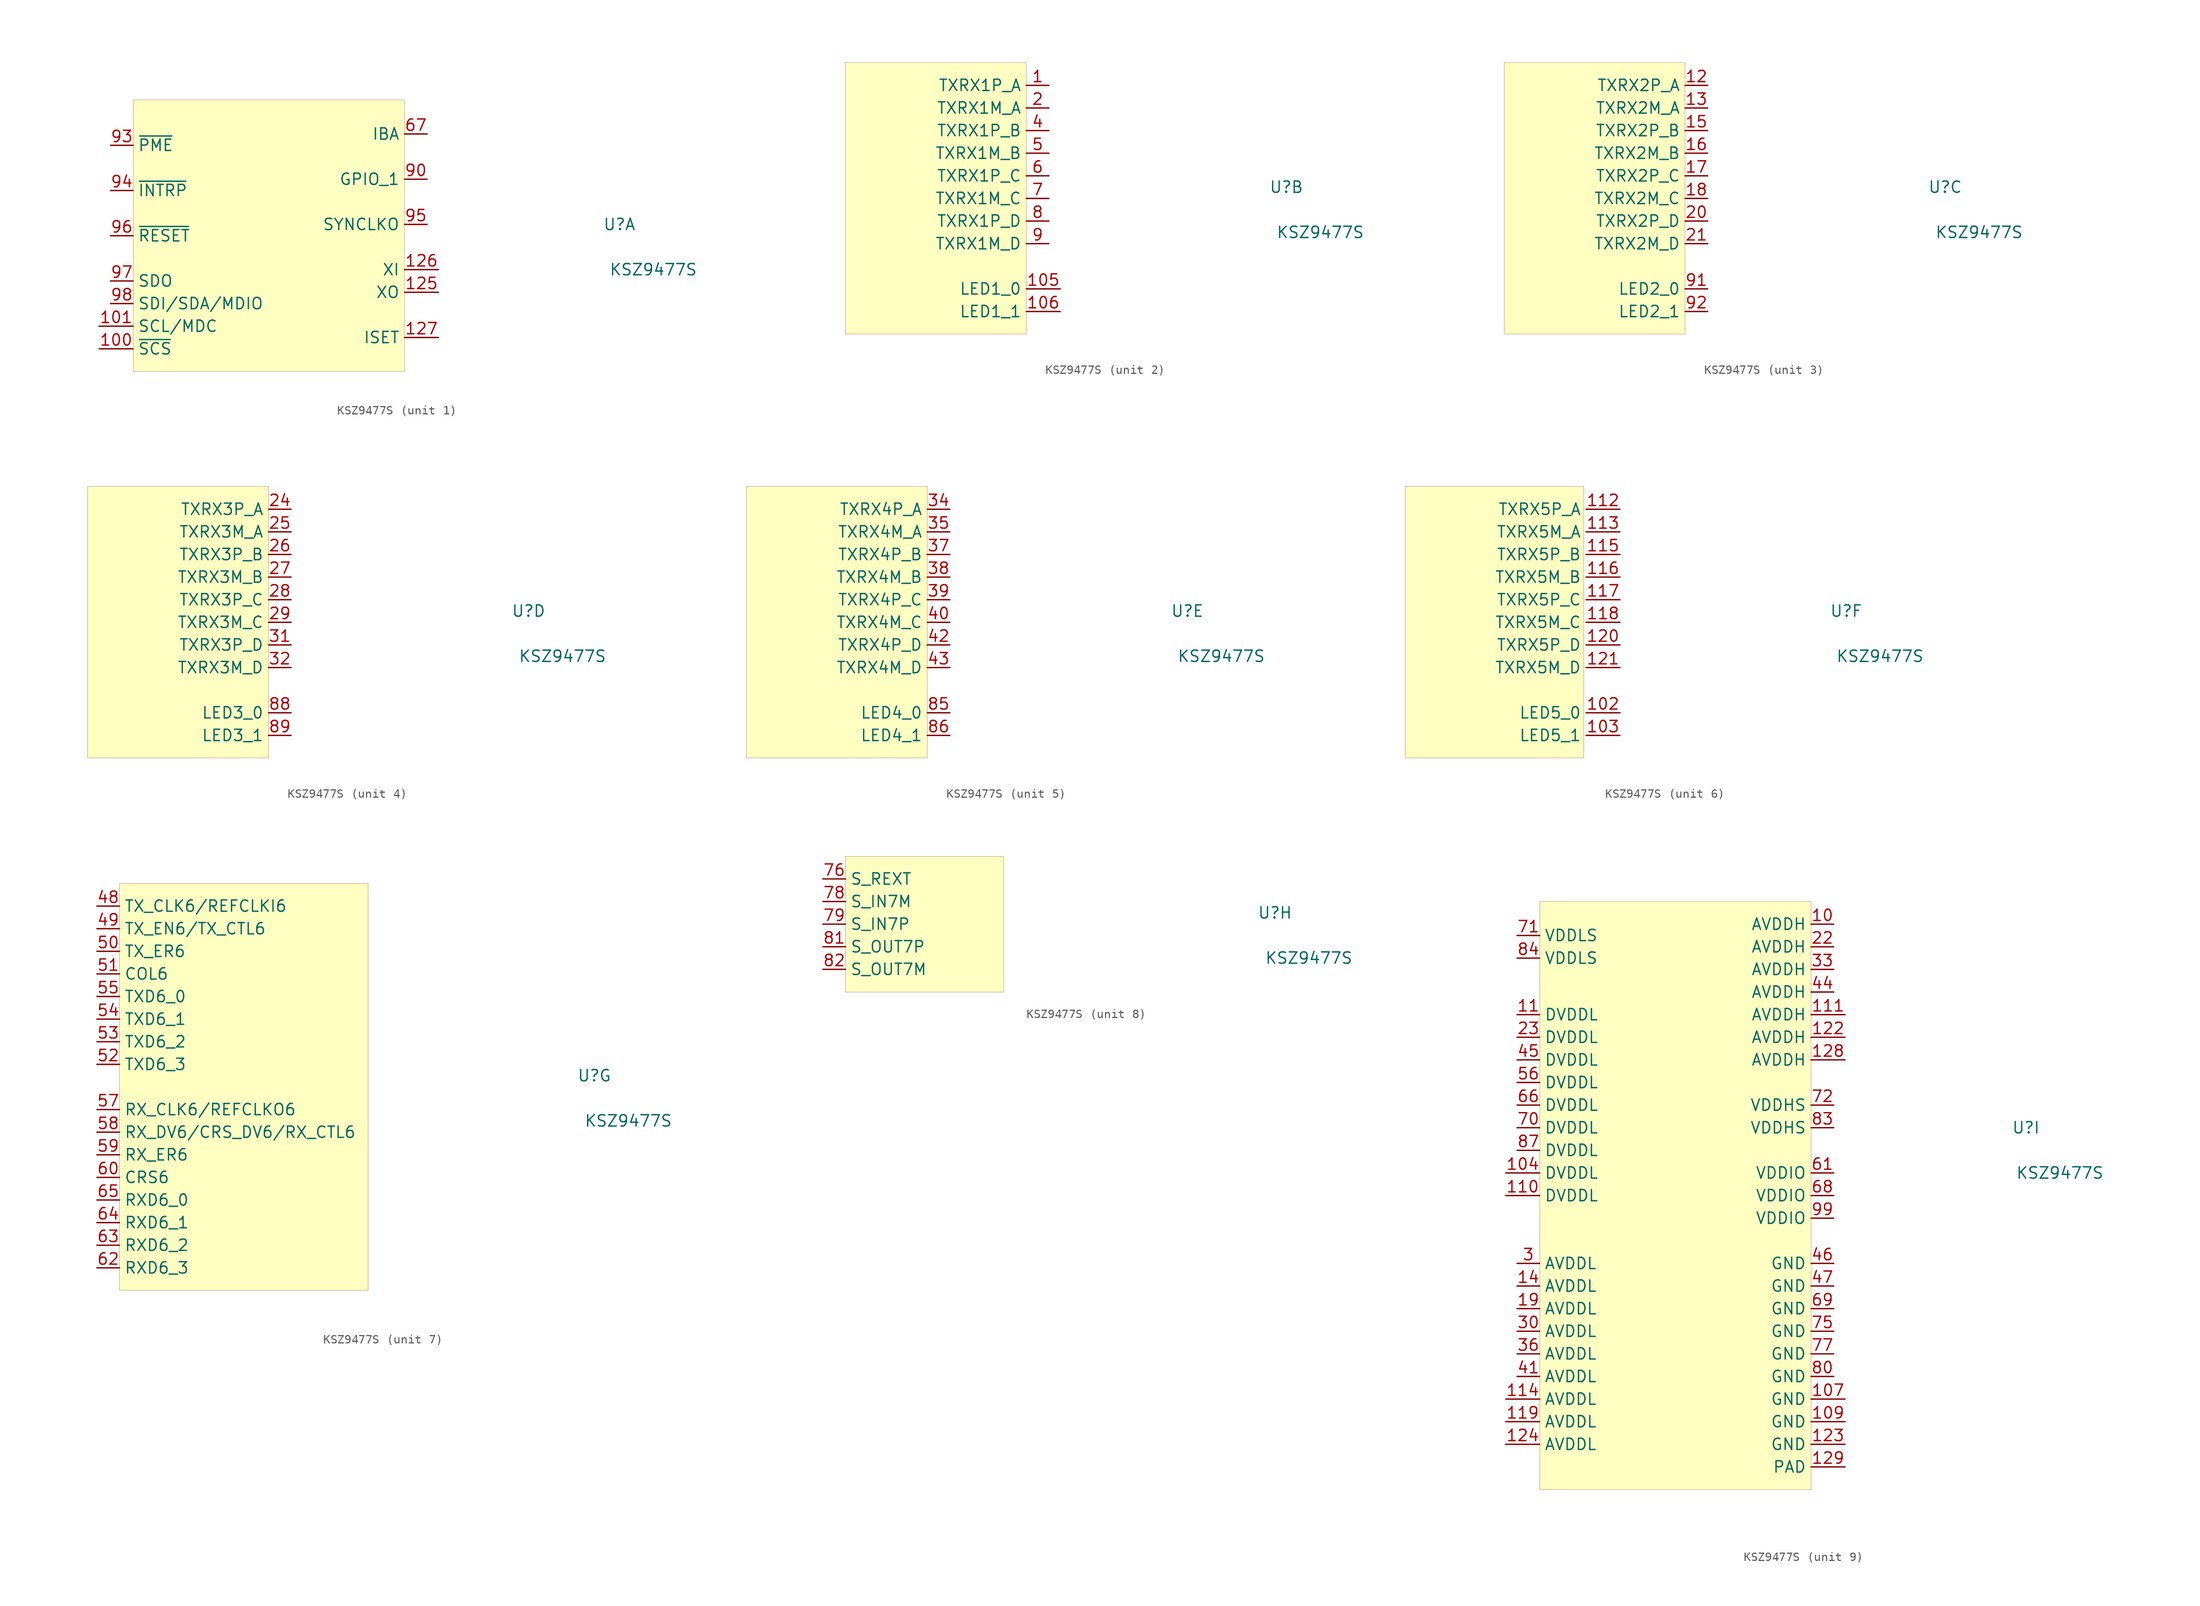
<source format=kicad_sym>
(kicad_symbol_lib
  (version 20201005)
  (generator kicad_symbol_editor)
  (symbol "local:KSZ9477S"
    (property "Reference" "U"
      (at 39.37 1.27 0)
      (effects (font (size 1.27 1.27))))
    (property "Value" "KSZ9477S"
      (at 43.18 -3.81 0)
      (effects (font (size 1.27 1.27))))
    (property "ki_locked" ""
      (at 0 0 0)
      (effects (font (size 1.27 1.27))))
    (symbol "KSZ9477S_1_1"
      (rectangle (start -15.24 15.24) (end 15.24 -15.24) (stroke (width 0.001)) (fill (type background)))
      (pin output line (at -17.78 -5.08 0) (length 2.54) (name "SDO" (effects (font (size 1.27 1.27)))) (number "97" (effects (font (size 1.27 1.27)))))
      (pin bidirectional line (at -17.78 -7.62 0) (length 2.54) (name "SDI/SDA/MDIO" (effects (font (size 1.27 1.27)))) (number "98" (effects (font (size 1.27 1.27)))))
      (pin input line (at -19.05 -12.7 0) (length 3.81) (name "~SCS" (effects (font (size 1.27 1.27)))) (number "100" (effects (font (size 1.27 1.27)))))
      (pin input line (at -19.05 -10.16 0) (length 3.81) (name "SCL/MDC" (effects (font (size 1.27 1.27)))) (number "101" (effects (font (size 1.27 1.27)))))
      (pin output line (at 19.05 -6.35 180) (length 3.81) (name "XO" (effects (font (size 1.27 1.27)))) (number "125" (effects (font (size 1.27 1.27)))))
      (pin input line (at 19.05 -3.81 180) (length 3.81) (name "XI" (effects (font (size 1.27 1.27)))) (number "126" (effects (font (size 1.27 1.27)))))
      (pin output line (at -17.78 10.16 0) (length 2.54) (name "~PME" (effects (font (size 1.27 1.27)))) (number "93" (effects (font (size 1.27 1.27)))))
      (pin output line (at -17.78 5.08 0) (length 2.54) (name "~INTRP" (effects (font (size 1.27 1.27)))) (number "94" (effects (font (size 1.27 1.27)))))
      (pin input line (at -17.78 0 0) (length 2.54) (name "~RESET" (effects (font (size 1.27 1.27)))) (number "96" (effects (font (size 1.27 1.27)))))
      (pin bidirectional line (at 17.78 1.27 180) (length 2.54) (name "SYNCLKO" (effects (font (size 1.27 1.27)))) (number "95" (effects (font (size 1.27 1.27)))))
      (pin bidirectional line (at 17.78 6.35 180) (length 2.54) (name "GPIO_1" (effects (font (size 1.27 1.27)))) (number "90" (effects (font (size 1.27 1.27)))))
      (pin open_collector line (at 19.05 -11.43 180) (length 3.81) (name "ISET" (effects (font (size 1.27 1.27)))) (number "127" (effects (font (size 1.27 1.27)))))
      (pin input line (at 17.78 11.43 180) (length 2.54) (name "IBA" (effects (font (size 1.27 1.27)))) (number "67" (effects (font (size 1.27 1.27)))))
      (pin unconnected line (at -2.54 17.78 270) (length 2.54) hide (name "NC" (effects (font (size 1.27 1.27)))) (number "73" (effects (font (size 1.27 1.27)))))
      (pin unconnected line (at 0 17.78 270) (length 2.54) hide (name "NC" (effects (font (size 1.27 1.27)))) (number "74" (effects (font (size 1.27 1.27)))))
      (pin unconnected line (at 2.54 19.05 270) (length 3.81) hide (name "NC" (effects (font (size 1.27 1.27)))) (number "108" (effects (font (size 1.27 1.27))))))
    (symbol "KSZ9477S_2_1"
      (rectangle (start -10.16 15.24) (end 10.16 -15.24) (stroke (width 0.001)) (fill (type background)))
      (pin bidirectional line (at 12.7 7.62 180) (length 2.54) (name "TXRX1P_B" (effects (font (size 1.27 1.27)))) (number "4" (effects (font (size 1.27 1.27)))))
      (pin bidirectional line (at 12.7 5.08 180) (length 2.54) (name "TXRX1M_B" (effects (font (size 1.27 1.27)))) (number "5" (effects (font (size 1.27 1.27)))))
      (pin bidirectional line (at 12.7 2.54 180) (length 2.54) (name "TXRX1P_C" (effects (font (size 1.27 1.27)))) (number "6" (effects (font (size 1.27 1.27)))))
      (pin bidirectional line (at 12.7 0 180) (length 2.54) (name "TXRX1M_C" (effects (font (size 1.27 1.27)))) (number "7" (effects (font (size 1.27 1.27)))))
      (pin bidirectional line (at 12.7 -2.54 180) (length 2.54) (name "TXRX1P_D" (effects (font (size 1.27 1.27)))) (number "8" (effects (font (size 1.27 1.27)))))
      (pin bidirectional line (at 12.7 12.7 180) (length 2.54) (name "TXRX1P_A" (effects (font (size 1.27 1.27)))) (number "1" (effects (font (size 1.27 1.27)))))
      (pin bidirectional line (at 12.7 10.16 180) (length 2.54) (name "TXRX1M_A" (effects (font (size 1.27 1.27)))) (number "2" (effects (font (size 1.27 1.27)))))
      (pin bidirectional line (at 12.7 -5.08 180) (length 2.54) (name "TXRX1M_D" (effects (font (size 1.27 1.27)))) (number "9" (effects (font (size 1.27 1.27)))))
      (pin bidirectional line (at 13.97 -10.16 180) (length 3.81) (name "LED1_0" (effects (font (size 1.27 1.27)))) (number "105" (effects (font (size 1.27 1.27)))))
      (pin bidirectional line (at 13.97 -12.7 180) (length 3.81) (name "LED1_1" (effects (font (size 1.27 1.27)))) (number "106" (effects (font (size 1.27 1.27))))))
    (symbol "KSZ9477S_3_1"
      (rectangle (start -10.16 15.24) (end 10.16 -15.24) (stroke (width 0.001)) (fill (type background)))
      (pin bidirectional line (at 12.7 7.62 180) (length 2.54) (name "TXRX2P_B" (effects (font (size 1.27 1.27)))) (number "15" (effects (font (size 1.27 1.27)))))
      (pin bidirectional line (at 12.7 5.08 180) (length 2.54) (name "TXRX2M_B" (effects (font (size 1.27 1.27)))) (number "16" (effects (font (size 1.27 1.27)))))
      (pin bidirectional line (at 12.7 2.54 180) (length 2.54) (name "TXRX2P_C" (effects (font (size 1.27 1.27)))) (number "17" (effects (font (size 1.27 1.27)))))
      (pin bidirectional line (at 12.7 0 180) (length 2.54) (name "TXRX2M_C" (effects (font (size 1.27 1.27)))) (number "18" (effects (font (size 1.27 1.27)))))
      (pin bidirectional line (at 12.7 -2.54 180) (length 2.54) (name "TXRX2P_D" (effects (font (size 1.27 1.27)))) (number "20" (effects (font (size 1.27 1.27)))))
      (pin bidirectional line (at 12.7 12.7 180) (length 2.54) (name "TXRX2P_A" (effects (font (size 1.27 1.27)))) (number "12" (effects (font (size 1.27 1.27)))))
      (pin bidirectional line (at 12.7 10.16 180) (length 2.54) (name "TXRX2M_A" (effects (font (size 1.27 1.27)))) (number "13" (effects (font (size 1.27 1.27)))))
      (pin bidirectional line (at 12.7 -5.08 180) (length 2.54) (name "TXRX2M_D" (effects (font (size 1.27 1.27)))) (number "21" (effects (font (size 1.27 1.27)))))
      (pin bidirectional line (at 12.7 -10.16 180) (length 2.54) (name "LED2_0" (effects (font (size 1.27 1.27)))) (number "91" (effects (font (size 1.27 1.27)))))
      (pin bidirectional line (at 12.7 -12.7 180) (length 2.54) (name "LED2_1" (effects (font (size 1.27 1.27)))) (number "92" (effects (font (size 1.27 1.27))))))
    (symbol "KSZ9477S_4_1"
      (rectangle (start -10.16 15.24) (end 10.16 -15.24) (stroke (width 0.001)) (fill (type background)))
      (pin bidirectional line (at 12.7 7.62 180) (length 2.54) (name "TXRX3P_B" (effects (font (size 1.27 1.27)))) (number "26" (effects (font (size 1.27 1.27)))))
      (pin bidirectional line (at 12.7 5.08 180) (length 2.54) (name "TXRX3M_B" (effects (font (size 1.27 1.27)))) (number "27" (effects (font (size 1.27 1.27)))))
      (pin bidirectional line (at 12.7 2.54 180) (length 2.54) (name "TXRX3P_C" (effects (font (size 1.27 1.27)))) (number "28" (effects (font (size 1.27 1.27)))))
      (pin bidirectional line (at 12.7 0 180) (length 2.54) (name "TXRX3M_C" (effects (font (size 1.27 1.27)))) (number "29" (effects (font (size 1.27 1.27)))))
      (pin bidirectional line (at 12.7 -2.54 180) (length 2.54) (name "TXRX3P_D" (effects (font (size 1.27 1.27)))) (number "31" (effects (font (size 1.27 1.27)))))
      (pin bidirectional line (at 12.7 12.7 180) (length 2.54) (name "TXRX3P_A" (effects (font (size 1.27 1.27)))) (number "24" (effects (font (size 1.27 1.27)))))
      (pin bidirectional line (at 12.7 10.16 180) (length 2.54) (name "TXRX3M_A" (effects (font (size 1.27 1.27)))) (number "25" (effects (font (size 1.27 1.27)))))
      (pin bidirectional line (at 12.7 -5.08 180) (length 2.54) (name "TXRX3M_D" (effects (font (size 1.27 1.27)))) (number "32" (effects (font (size 1.27 1.27)))))
      (pin bidirectional line (at 12.7 -10.16 180) (length 2.54) (name "LED3_0" (effects (font (size 1.27 1.27)))) (number "88" (effects (font (size 1.27 1.27)))))
      (pin bidirectional line (at 12.7 -12.7 180) (length 2.54) (name "LED3_1" (effects (font (size 1.27 1.27)))) (number "89" (effects (font (size 1.27 1.27))))))
    (symbol "KSZ9477S_5_1"
      (rectangle (start -10.16 15.24) (end 10.16 -15.24) (stroke (width 0.001)) (fill (type background)))
      (pin bidirectional line (at 12.7 7.62 180) (length 2.54) (name "TXRX4P_B" (effects (font (size 1.27 1.27)))) (number "37" (effects (font (size 1.27 1.27)))))
      (pin bidirectional line (at 12.7 5.08 180) (length 2.54) (name "TXRX4M_B" (effects (font (size 1.27 1.27)))) (number "38" (effects (font (size 1.27 1.27)))))
      (pin bidirectional line (at 12.7 2.54 180) (length 2.54) (name "TXRX4P_C" (effects (font (size 1.27 1.27)))) (number "39" (effects (font (size 1.27 1.27)))))
      (pin bidirectional line (at 12.7 0 180) (length 2.54) (name "TXRX4M_C" (effects (font (size 1.27 1.27)))) (number "40" (effects (font (size 1.27 1.27)))))
      (pin bidirectional line (at 12.7 -2.54 180) (length 2.54) (name "TXRX4P_D" (effects (font (size 1.27 1.27)))) (number "42" (effects (font (size 1.27 1.27)))))
      (pin bidirectional line (at 12.7 12.7 180) (length 2.54) (name "TXRX4P_A" (effects (font (size 1.27 1.27)))) (number "34" (effects (font (size 1.27 1.27)))))
      (pin bidirectional line (at 12.7 10.16 180) (length 2.54) (name "TXRX4M_A" (effects (font (size 1.27 1.27)))) (number "35" (effects (font (size 1.27 1.27)))))
      (pin bidirectional line (at 12.7 -5.08 180) (length 2.54) (name "TXRX4M_D" (effects (font (size 1.27 1.27)))) (number "43" (effects (font (size 1.27 1.27)))))
      (pin bidirectional line (at 12.7 -10.16 180) (length 2.54) (name "LED4_0" (effects (font (size 1.27 1.27)))) (number "85" (effects (font (size 1.27 1.27)))))
      (pin bidirectional line (at 12.7 -12.7 180) (length 2.54) (name "LED4_1" (effects (font (size 1.27 1.27)))) (number "86" (effects (font (size 1.27 1.27))))))
    (symbol "KSZ9477S_6_1"
      (rectangle (start -10.16 15.24) (end 9.906 -15.24) (stroke (width 0.001)) (fill (type background)))
      (pin bidirectional line (at 13.97 7.62 180) (length 3.81) (name "TXRX5P_B" (effects (font (size 1.27 1.27)))) (number "115" (effects (font (size 1.27 1.27)))))
      (pin bidirectional line (at 13.97 5.08 180) (length 3.81) (name "TXRX5M_B" (effects (font (size 1.27 1.27)))) (number "116" (effects (font (size 1.27 1.27)))))
      (pin bidirectional line (at 13.97 2.54 180) (length 3.81) (name "TXRX5P_C" (effects (font (size 1.27 1.27)))) (number "117" (effects (font (size 1.27 1.27)))))
      (pin bidirectional line (at 13.97 0 180) (length 3.81) (name "TXRX5M_C" (effects (font (size 1.27 1.27)))) (number "118" (effects (font (size 1.27 1.27)))))
      (pin bidirectional line (at 13.97 -2.54 180) (length 3.81) (name "TXRX5P_D" (effects (font (size 1.27 1.27)))) (number "120" (effects (font (size 1.27 1.27)))))
      (pin bidirectional line (at 13.97 12.7 180) (length 3.81) (name "TXRX5P_A" (effects (font (size 1.27 1.27)))) (number "112" (effects (font (size 1.27 1.27)))))
      (pin bidirectional line (at 13.97 10.16 180) (length 3.81) (name "TXRX5M_A" (effects (font (size 1.27 1.27)))) (number "113" (effects (font (size 1.27 1.27)))))
      (pin bidirectional line (at 13.97 -5.08 180) (length 3.81) (name "TXRX5M_D" (effects (font (size 1.27 1.27)))) (number "121" (effects (font (size 1.27 1.27)))))
      (pin bidirectional line (at 13.97 -10.16 180) (length 3.81) (name "LED5_0" (effects (font (size 1.27 1.27)))) (number "102" (effects (font (size 1.27 1.27)))))
      (pin bidirectional line (at 13.97 -12.7 180) (length 3.81) (name "LED5_1" (effects (font (size 1.27 1.27)))) (number "103" (effects (font (size 1.27 1.27))))))
    (symbol "KSZ9477S_7_1"
      (rectangle (start -13.97 22.86) (end 13.97 -22.86) (stroke (width 0.001)) (fill (type background)))
      (pin bidirectional line (at -16.51 -20.32 0) (length 2.54) (name "RXD6_3" (effects (font (size 1.27 1.27)))) (number "62" (effects (font (size 1.27 1.27)))))
      (pin bidirectional line (at -16.51 -17.78 0) (length 2.54) (name "RXD6_2" (effects (font (size 1.27 1.27)))) (number "63" (effects (font (size 1.27 1.27)))))
      (pin bidirectional line (at -16.51 -15.24 0) (length 2.54) (name "RXD6_1" (effects (font (size 1.27 1.27)))) (number "64" (effects (font (size 1.27 1.27)))))
      (pin bidirectional line (at -16.51 -12.7 0) (length 2.54) (name "RXD6_0" (effects (font (size 1.27 1.27)))) (number "65" (effects (font (size 1.27 1.27)))))
      (pin bidirectional line (at -16.51 -2.54 0) (length 2.54) (name "RX_CLK6/REFCLKO6" (effects (font (size 1.27 1.27)))) (number "57" (effects (font (size 1.27 1.27)))))
      (pin bidirectional line (at -16.51 -5.08 0) (length 2.54) (name "RX_DV6/CRS_DV6/RX_CTL6" (effects (font (size 1.27 1.27)))) (number "58" (effects (font (size 1.27 1.27)))))
      (pin bidirectional line (at -16.51 -7.62 0) (length 2.54) (name "RX_ER6" (effects (font (size 1.27 1.27)))) (number "59" (effects (font (size 1.27 1.27)))))
      (pin input line (at -16.51 2.54 0) (length 2.54) (name "TXD6_3" (effects (font (size 1.27 1.27)))) (number "52" (effects (font (size 1.27 1.27)))))
      (pin input line (at -16.51 5.08 0) (length 2.54) (name "TXD6_2" (effects (font (size 1.27 1.27)))) (number "53" (effects (font (size 1.27 1.27)))))
      (pin input line (at -16.51 7.62 0) (length 2.54) (name "TXD6_1" (effects (font (size 1.27 1.27)))) (number "54" (effects (font (size 1.27 1.27)))))
      (pin input line (at -16.51 10.16 0) (length 2.54) (name "TXD6_0" (effects (font (size 1.27 1.27)))) (number "55" (effects (font (size 1.27 1.27)))))
      (pin bidirectional line (at -16.51 20.32 0) (length 2.54) (name "TX_CLK6/REFCLKI6" (effects (font (size 1.27 1.27)))) (number "48" (effects (font (size 1.27 1.27)))))
      (pin input line (at -16.51 17.78 0) (length 2.54) (name "TX_EN6/TX_CTL6" (effects (font (size 1.27 1.27)))) (number "49" (effects (font (size 1.27 1.27)))))
      (pin input line (at -16.51 15.24 0) (length 2.54) (name "TX_ER6" (effects (font (size 1.27 1.27)))) (number "50" (effects (font (size 1.27 1.27)))))
      (pin bidirectional line (at -16.51 12.7 0) (length 2.54) (name "COL6" (effects (font (size 1.27 1.27)))) (number "51" (effects (font (size 1.27 1.27)))))
      (pin bidirectional line (at -16.51 -10.16 0) (length 2.54) (name "CRS6" (effects (font (size 1.27 1.27)))) (number "60" (effects (font (size 1.27 1.27))))))
    (symbol "KSZ9477S_8_1"
      (rectangle (start -8.89 7.62) (end 8.89 -7.62) (stroke (width 0.001)) (fill (type background)))
      (pin open_collector line (at -11.43 5.08 0) (length 2.54) (name "S_REXT" (effects (font (size 1.27 1.27)))) (number "76" (effects (font (size 1.27 1.27)))))
      (pin output line (at -11.43 -5.08 0) (length 2.54) (name "S_OUT7M" (effects (font (size 1.27 1.27)))) (number "82" (effects (font (size 1.27 1.27)))))
      (pin output line (at -11.43 -2.54 0) (length 2.54) (name "S_OUT7P" (effects (font (size 1.27 1.27)))) (number "81" (effects (font (size 1.27 1.27)))))
      (pin input line (at -11.43 2.54 0) (length 2.54) (name "S_IN7M" (effects (font (size 1.27 1.27)))) (number "78" (effects (font (size 1.27 1.27)))))
      (pin input line (at -11.43 0 0) (length 2.54) (name "S_IN7P" (effects (font (size 1.27 1.27)))) (number "79" (effects (font (size 1.27 1.27))))))
    (symbol "KSZ9477S_9_1"
      (rectangle (start -15.24 26.67) (end 15.24 -39.37) (stroke (width 0.001)) (fill (type background)))
      (pin power_in line (at 17.78 -13.97 180) (length 2.54) (name "GND" (effects (font (size 1.27 1.27)))) (number "46" (effects (font (size 1.27 1.27)))))
      (pin power_in line (at 17.78 -3.81 180) (length 2.54) (name "VDDIO" (effects (font (size 1.27 1.27)))) (number "61" (effects (font (size 1.27 1.27)))))
      (pin power_in line (at 17.78 24.13 180) (length 2.54) (name "AVDDH" (effects (font (size 1.27 1.27)))) (number "10" (effects (font (size 1.27 1.27)))))
      (pin power_in line (at -17.78 -13.97 0) (length 2.54) (name "AVDDL" (effects (font (size 1.27 1.27)))) (number "3" (effects (font (size 1.27 1.27)))))
      (pin power_in line (at -17.78 13.97 0) (length 2.54) (name "DVDDL" (effects (font (size 1.27 1.27)))) (number "11" (effects (font (size 1.27 1.27)))))
      (pin power_in line (at -17.78 22.86 0) (length 2.54) (name "VDDLS" (effects (font (size 1.27 1.27)))) (number "71" (effects (font (size 1.27 1.27)))))
      (pin power_in line (at 17.78 3.81 180) (length 2.54) (name "VDDHS" (effects (font (size 1.27 1.27)))) (number "72" (effects (font (size 1.27 1.27)))))
      (pin power_in line (at 17.78 -6.35 180) (length 2.54) (name "VDDIO" (effects (font (size 1.27 1.27)))) (number "68" (effects (font (size 1.27 1.27)))))
      (pin power_in line (at 17.78 -8.89 180) (length 2.54) (name "VDDIO" (effects (font (size 1.27 1.27)))) (number "99" (effects (font (size 1.27 1.27)))))
      (pin power_in line (at 17.78 21.59 180) (length 2.54) (name "AVDDH" (effects (font (size 1.27 1.27)))) (number "22" (effects (font (size 1.27 1.27)))))
      (pin power_in line (at 17.78 19.05 180) (length 2.54) (name "AVDDH" (effects (font (size 1.27 1.27)))) (number "33" (effects (font (size 1.27 1.27)))))
      (pin power_in line (at 17.78 16.51 180) (length 2.54) (name "AVDDH" (effects (font (size 1.27 1.27)))) (number "44" (effects (font (size 1.27 1.27)))))
      (pin power_in line (at 19.05 13.97 180) (length 3.81) (name "AVDDH" (effects (font (size 1.27 1.27)))) (number "111" (effects (font (size 1.27 1.27)))))
      (pin power_in line (at 19.05 11.43 180) (length 3.81) (name "AVDDH" (effects (font (size 1.27 1.27)))) (number "122" (effects (font (size 1.27 1.27)))))
      (pin power_in line (at 19.05 8.89 180) (length 3.81) (name "AVDDH" (effects (font (size 1.27 1.27)))) (number "128" (effects (font (size 1.27 1.27)))))
      (pin power_in line (at -17.78 -16.51 0) (length 2.54) (name "AVDDL" (effects (font (size 1.27 1.27)))) (number "14" (effects (font (size 1.27 1.27)))))
      (pin power_in line (at -17.78 -19.05 0) (length 2.54) (name "AVDDL" (effects (font (size 1.27 1.27)))) (number "19" (effects (font (size 1.27 1.27)))))
      (pin power_in line (at -17.78 -21.59 0) (length 2.54) (name "AVDDL" (effects (font (size 1.27 1.27)))) (number "30" (effects (font (size 1.27 1.27)))))
      (pin power_in line (at -17.78 -24.13 0) (length 2.54) (name "AVDDL" (effects (font (size 1.27 1.27)))) (number "36" (effects (font (size 1.27 1.27)))))
      (pin power_in line (at -17.78 -26.67 0) (length 2.54) (name "AVDDL" (effects (font (size 1.27 1.27)))) (number "41" (effects (font (size 1.27 1.27)))))
      (pin power_in line (at -19.05 -29.21 0) (length 3.81) (name "AVDDL" (effects (font (size 1.27 1.27)))) (number "114" (effects (font (size 1.27 1.27)))))
      (pin power_in line (at -19.05 -31.75 0) (length 3.81) (name "AVDDL" (effects (font (size 1.27 1.27)))) (number "119" (effects (font (size 1.27 1.27)))))
      (pin power_in line (at -19.05 -34.29 0) (length 3.81) (name "AVDDL" (effects (font (size 1.27 1.27)))) (number "124" (effects (font (size 1.27 1.27)))))
      (pin power_in line (at -17.78 11.43 0) (length 2.54) (name "DVDDL" (effects (font (size 1.27 1.27)))) (number "23" (effects (font (size 1.27 1.27)))))
      (pin power_in line (at -17.78 8.89 0) (length 2.54) (name "DVDDL" (effects (font (size 1.27 1.27)))) (number "45" (effects (font (size 1.27 1.27)))))
      (pin power_in line (at -17.78 6.35 0) (length 2.54) (name "DVDDL" (effects (font (size 1.27 1.27)))) (number "56" (effects (font (size 1.27 1.27)))))
      (pin power_in line (at -17.78 3.81 0) (length 2.54) (name "DVDDL" (effects (font (size 1.27 1.27)))) (number "66" (effects (font (size 1.27 1.27)))))
      (pin power_in line (at -17.78 1.27 0) (length 2.54) (name "DVDDL" (effects (font (size 1.27 1.27)))) (number "70" (effects (font (size 1.27 1.27)))))
      (pin power_in line (at -17.78 -1.27 0) (length 2.54) (name "DVDDL" (effects (font (size 1.27 1.27)))) (number "87" (effects (font (size 1.27 1.27)))))
      (pin power_in line (at -19.05 -3.81 0) (length 3.81) (name "DVDDL" (effects (font (size 1.27 1.27)))) (number "104" (effects (font (size 1.27 1.27)))))
      (pin power_in line (at -19.05 -6.35 0) (length 3.81) (name "DVDDL" (effects (font (size 1.27 1.27)))) (number "110" (effects (font (size 1.27 1.27)))))
      (pin power_in line (at -17.78 20.32 0) (length 2.54) (name "VDDLS" (effects (font (size 1.27 1.27)))) (number "84" (effects (font (size 1.27 1.27)))))
      (pin power_in line (at 17.78 1.27 180) (length 2.54) (name "VDDHS" (effects (font (size 1.27 1.27)))) (number "83" (effects (font (size 1.27 1.27)))))
      (pin power_in line (at 17.78 -16.51 180) (length 2.54) (name "GND" (effects (font (size 1.27 1.27)))) (number "47" (effects (font (size 1.27 1.27)))))
      (pin power_in line (at 17.78 -19.05 180) (length 2.54) (name "GND" (effects (font (size 1.27 1.27)))) (number "69" (effects (font (size 1.27 1.27)))))
      (pin power_in line (at 17.78 -21.59 180) (length 2.54) (name "GND" (effects (font (size 1.27 1.27)))) (number "75" (effects (font (size 1.27 1.27)))))
      (pin power_in line (at 17.78 -24.13 180) (length 2.54) (name "GND" (effects (font (size 1.27 1.27)))) (number "77" (effects (font (size 1.27 1.27)))))
      (pin power_in line (at 17.78 -26.67 180) (length 2.54) (name "GND" (effects (font (size 1.27 1.27)))) (number "80" (effects (font (size 1.27 1.27)))))
      (pin power_in line (at 19.05 -29.21 180) (length 3.81) (name "GND" (effects (font (size 1.27 1.27)))) (number "107" (effects (font (size 1.27 1.27)))))
      (pin power_in line (at 19.05 -31.75 180) (length 3.81) (name "GND" (effects (font (size 1.27 1.27)))) (number "109" (effects (font (size 1.27 1.27)))))
      (pin power_in line (at 19.05 -34.29 180) (length 3.81) (name "GND" (effects (font (size 1.27 1.27)))) (number "123" (effects (font (size 1.27 1.27)))))
      (pin power_in line (at 19.05 -36.83 180) (length 3.81) (name "PAD" (effects (font (size 1.27 1.27)))) (number "129" (effects (font (size 1.27 1.27))))))))
</source>
